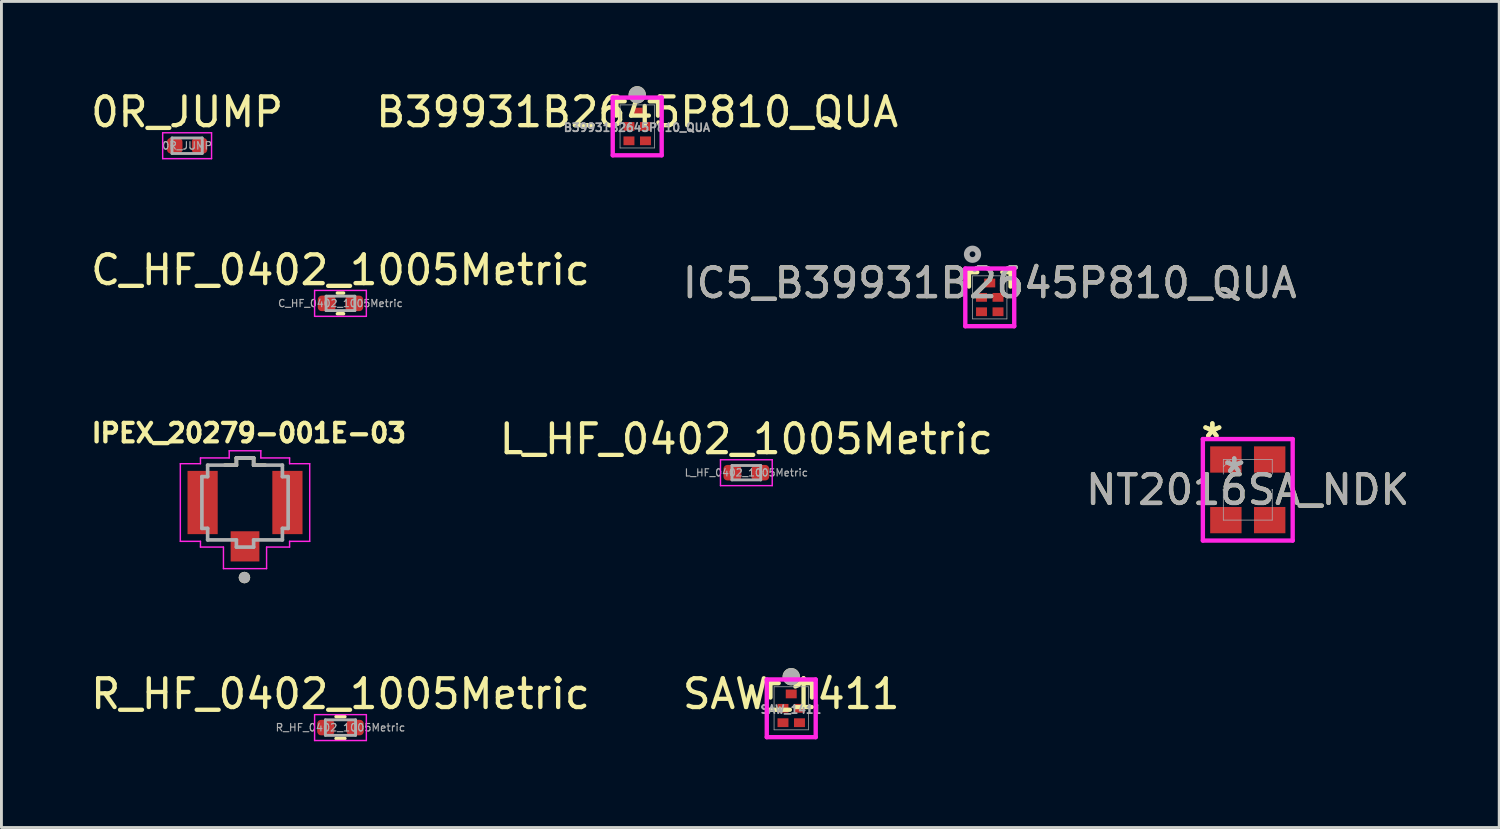
<source format=kicad_pcb>
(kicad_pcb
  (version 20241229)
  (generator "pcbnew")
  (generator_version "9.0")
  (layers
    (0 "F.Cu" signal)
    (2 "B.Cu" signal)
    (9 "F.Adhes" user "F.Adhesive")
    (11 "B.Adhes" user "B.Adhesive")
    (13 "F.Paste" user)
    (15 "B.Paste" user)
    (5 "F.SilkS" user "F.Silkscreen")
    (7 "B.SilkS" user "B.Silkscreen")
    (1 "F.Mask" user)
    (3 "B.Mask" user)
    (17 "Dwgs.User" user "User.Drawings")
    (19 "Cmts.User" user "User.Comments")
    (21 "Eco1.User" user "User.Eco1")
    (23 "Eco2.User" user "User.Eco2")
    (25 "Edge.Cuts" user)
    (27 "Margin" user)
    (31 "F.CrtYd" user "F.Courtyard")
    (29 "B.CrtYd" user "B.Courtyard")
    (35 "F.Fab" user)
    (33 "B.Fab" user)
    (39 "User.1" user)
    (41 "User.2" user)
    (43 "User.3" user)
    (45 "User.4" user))
  (footprint "IPEX_20279-001E-03"
    (layer "F.Cu")
    (at 5.472 14.428)
    (property "Reference" "IPEX_20279-001E-03" (at 0.134 -2.417 0) (layer "F.SilkS") (effects (font (size 0.641 0.641) (thickness 0.15))))
    (attr smd)
    (fp_line (start -0.3 -1.55) (end -0.3 -1.3) (stroke (width 0.127) (type solid)) (layer "F.SilkS"))
    (fp_line (start -0.3 -1.3) (end -0.7 -1.3) (stroke (width 0.127) (type solid)) (layer "F.SilkS"))
    (fp_line (start 0.3 -1.55) (end -0.3 -1.55) (stroke (width 0.127) (type solid)) (layer "F.SilkS"))
    (fp_line (start 0.3 -1.3) (end 0.3 -1.55) (stroke (width 0.127) (type solid)) (layer "F.SilkS"))
    (fp_line (start 0.7 -1.3) (end 0.3 -1.3) (stroke (width 0.127) (type solid)) (layer "F.SilkS"))
    (fp_circle (center -0.02 2.61) (end 0.08 2.61) (stroke (width 0.2) (type solid)) (fill no) (layer "F.SilkS"))
    (fp_line (start -2.25 -1.35) (end -1.55 -1.35) (stroke (width 0.05) (type solid)) (layer "F.CrtYd"))
    (fp_line (start -2.25 1.35) (end -2.25 -1.35) (stroke (width 0.05) (type solid)) (layer "F.CrtYd"))
    (fp_line (start -1.55 -1.55) (end -0.55 -1.55) (stroke (width 0.05) (type solid)) (layer "F.CrtYd"))
    (fp_line (start -1.55 -1.35) (end -1.55 -1.55) (stroke (width 0.05) (type solid)) (layer "F.CrtYd"))
    (fp_line (start -1.55 1.35) (end -2.25 1.35) (stroke (width 0.05) (type solid)) (layer "F.CrtYd"))
    (fp_line (start -1.55 1.35) (end -1.55 1.55) (stroke (width 0.05) (type solid)) (layer "F.CrtYd"))
    (fp_line (start -1.55 1.55) (end -0.75 1.55) (stroke (width 0.05) (type solid)) (layer "F.CrtYd"))
    (fp_line (start -0.75 1.55) (end -0.75 2.3) (stroke (width 0.05) (type solid)) (layer "F.CrtYd"))
    (fp_line (start -0.75 2.3) (end 0.75 2.3) (stroke (width 0.05) (type solid)) (layer "F.CrtYd"))
    (fp_line (start -0.55 -1.8) (end -0.55 -1.55) (stroke (width 0.05) (type solid)) (layer "F.CrtYd"))
    (fp_line (start 0.55 -1.8) (end -0.55 -1.8) (stroke (width 0.05) (type solid)) (layer "F.CrtYd"))
    (fp_line (start 0.55 -1.55) (end 0.55 -1.8) (stroke (width 0.05) (type solid)) (layer "F.CrtYd"))
    (fp_line (start 0.75 2.3) (end 0.75 1.55) (stroke (width 0.05) (type solid)) (layer "F.CrtYd"))
    (fp_line (start 1.55 -1.55) (end 0.55 -1.55) (stroke (width 0.05) (type solid)) (layer "F.CrtYd"))
    (fp_line (start 1.55 -1.35) (end 1.55 -1.55) (stroke (width 0.05) (type solid)) (layer "F.CrtYd"))
    (fp_line (start 1.55 -1.35) (end 2.25 -1.35) (stroke (width 0.05) (type solid)) (layer "F.CrtYd"))
    (fp_line (start 1.55 1.35) (end 1.55 1.55) (stroke (width 0.05) (type solid)) (layer "F.CrtYd"))
    (fp_line (start 1.55 1.55) (end 0.75 1.55) (stroke (width 0.05) (type solid)) (layer "F.CrtYd"))
    (fp_line (start 2.25 1.35) (end 1.55 1.35) (stroke (width 0.05) (type solid)) (layer "F.CrtYd"))
    (fp_line (start 2.25 1.35) (end 2.25 -1.35) (stroke (width 0.05) (type solid)) (layer "F.CrtYd"))
    (fp_line (start -1.5 -0.9) (end -1.5 0.9) (stroke (width 0.127) (type solid)) (layer "F.Fab"))
    (fp_line (start -1.5 0.9) (end -1.3 0.9) (stroke (width 0.127) (type solid)) (layer "F.Fab"))
    (fp_line (start -1.3 -1.3) (end -1.3 -0.9) (stroke (width 0.127) (type solid)) (layer "F.Fab"))
    (fp_line (start -1.3 -0.9) (end -1.5 -0.9) (stroke (width 0.127) (type solid)) (layer "F.Fab"))
    (fp_line (start -1.3 0.9) (end -1.3 1.3) (stroke (width 0.127) (type solid)) (layer "F.Fab"))
    (fp_line (start -1.3 1.3) (end -0.3 1.3) (stroke (width 0.127) (type solid)) (layer "F.Fab"))
    (fp_line (start -0.3 -1.55) (end -0.3 -1.3) (stroke (width 0.127) (type solid)) (layer "F.Fab"))
    (fp_line (start -0.3 -1.3) (end -1.3 -1.3) (stroke (width 0.127) (type solid)) (layer "F.Fab"))
    (fp_line (start -0.3 1.3) (end -0.3 1.55) (stroke (width 0.127) (type solid)) (layer "F.Fab"))
    (fp_line (start -0.3 1.55) (end 0.3 1.55) (stroke (width 0.127) (type solid)) (layer "F.Fab"))
    (fp_line (start 0.3 -1.55) (end -0.3 -1.55) (stroke (width 0.127) (type solid)) (layer "F.Fab"))
    (fp_line (start 0.3 -1.3) (end 0.3 -1.55) (stroke (width 0.127) (type solid)) (layer "F.Fab"))
    (fp_line (start 0.3 1.3) (end 1.3 1.3) (stroke (width 0.127) (type solid)) (layer "F.Fab"))
    (fp_line (start 0.3 1.55) (end 0.3 1.3) (stroke (width 0.127) (type solid)) (layer "F.Fab"))
    (fp_line (start 1.3 -1.3) (end 0.3 -1.3) (stroke (width 0.127) (type solid)) (layer "F.Fab"))
    (fp_line (start 1.3 -0.9) (end 1.3 -1.3) (stroke (width 0.127) (type solid)) (layer "F.Fab"))
    (fp_line (start 1.3 0.9) (end 1.5 0.9) (stroke (width 0.127) (type solid)) (layer "F.Fab"))
    (fp_line (start 1.3 1.3) (end 1.3 0.9) (stroke (width 0.127) (type solid)) (layer "F.Fab"))
    (fp_line (start 1.5 -0.9) (end 1.3 -0.9) (stroke (width 0.127) (type solid)) (layer "F.Fab"))
    (fp_line (start 1.5 0.9) (end 1.5 -0.9) (stroke (width 0.127) (type solid)) (layer "F.Fab"))
    (fp_circle (center -0.02 2.61) (end 0.08 2.61) (stroke (width 0.2) (type solid)) (fill no) (layer "F.Fab"))
    (pad "1" smd rect (at 0 1.525) (size 1 1.05) (layers "F.Cu" "F.Mask" "F.Paste"))
    (pad "2" smd rect (at 1.475 0) (size 1.05 2.2) (layers "F.Cu" "F.Mask" "F.Paste"))
    (pad "3" smd rect (at -1.475 0) (size 1.05 2.2) (layers "F.Cu" "F.Mask" "F.Paste"))
    (zone (net_name "") (layer "F.Cu") (hatch full 0.508) (connect_pads) (min_thickness 0.01) (filled_areas_thickness no) (keepout (tracks not_allowed) (vias not_allowed) (pads not_allowed) (copperpour not_allowed) (footprints allowed)) (placement (enabled no)) (fill) (polygon (pts (xy 6.422 13.328) (xy 6.422 15.428) (xy 4.522 15.428) (xy 4.522 13.328))))
    (zone (net_name "") (layers "F.Cu" "B.Cu") (hatch full 0.508) (connect_pads) (min_thickness 0.01) (filled_areas_thickness no) (keepout (tracks allowed) (vias not_allowed) (pads allowed) (copperpour allowed) (footprints allowed)) (placement (enabled no)) (fill) (polygon (pts (xy 6.422 13.328) (xy 6.422 15.428) (xy 4.522 15.428) (xy 4.522 13.328)))))
  (footprint "0R_JUMP"
    (layer "F.Cu")
    (at 3.458 2.018)
    (property "Reference" "0R_JUMP" (at 0 -1.17 0) (layer "F.SilkS") (effects (font (size 1 1) (thickness 0.15))))
    (attr smd)
    (fp_line (start -0.85 -0.45) (end 0.85 -0.45) (stroke (width 0.05) (type solid)) (layer "F.CrtYd"))
    (fp_line (start -0.85 0.45) (end -0.85 -0.45) (stroke (width 0.05) (type solid)) (layer "F.CrtYd"))
    (fp_line (start 0.85 -0.45) (end 0.85 0.45) (stroke (width 0.05) (type solid)) (layer "F.CrtYd"))
    (fp_line (start 0.85 0.45) (end -0.85 0.45) (stroke (width 0.05) (type solid)) (layer "F.CrtYd"))
    (fp_line (start -0.525 -0.27) (end 0.525 -0.27) (stroke (width 0.1) (type solid)) (layer "F.Fab"))
    (fp_line (start -0.525 0.27) (end -0.525 -0.27) (stroke (width 0.1) (type solid)) (layer "F.Fab"))
    (fp_line (start 0.525 -0.27) (end 0.525 0.27) (stroke (width 0.1) (type solid)) (layer "F.Fab"))
    (fp_line (start 0.525 0.27) (end -0.525 0.27) (stroke (width 0.1) (type solid)) (layer "F.Fab"))
    (fp_text user "${REFERENCE}" (at 0 0 0) (layer "F.Fab") (effects (font (size 0.26 0.26) (thickness 0.04))))
    (pad "1" smd roundrect (at -0.432 0) (size 0.54 0.54) (layers "F.Cu" "F.Mask" "F.Paste") (roundrect_rratio 0.25))
    (pad "2" smd roundrect (at 0.432 0) (size 0.54 0.54) (layers "F.Cu" "F.Mask" "F.Paste") (roundrect_rratio 0.25)))
  (footprint "NT2016SA_NDK"
    (layer "F.Cu")
    (at 40.349 13.986)
    (property "Reference" "NT2016SA_NDK" (at 0 0 0) (unlocked yes) (layer "F.SilkS") (effects (font (size 1 1) (thickness 0.15))))
    (attr smd)
    (fp_line (start -1.562 -1.765) (end 1.562 -1.765) (stroke (width 0.152) (type solid)) (layer "F.CrtYd"))
    (fp_line (start -1.562 1.765) (end -1.562 -1.765) (stroke (width 0.152) (type solid)) (layer "F.CrtYd"))
    (fp_line (start 1.562 -1.765) (end 1.562 1.765) (stroke (width 0.152) (type solid)) (layer "F.CrtYd"))
    (fp_line (start 1.562 1.765) (end -1.562 1.765) (stroke (width 0.152) (type solid)) (layer "F.CrtYd"))
    (fp_line (start -0.851 -1.054) (end 0.851 -1.054) (stroke (width 0.025) (type solid)) (layer "F.Fab"))
    (fp_line (start -0.851 -0.546) (end -0.851 -1.054) (stroke (width 0.025) (type solid)) (layer "F.Fab"))
    (fp_line (start -0.851 0) (end -0.851 0.546) (stroke (width 0.025) (type solid)) (layer "F.Fab"))
    (fp_line (start -0.851 0.546) (end -0.851 1.054) (stroke (width 0.025) (type solid)) (layer "F.Fab"))
    (fp_line (start -0.851 1.054) (end 0.851 1.054) (stroke (width 0.025) (type solid)) (layer "F.Fab"))
    (fp_line (start -0.597 -1.054) (end -0.851 -0.8) (stroke (width 0.025) (type solid)) (layer "F.Fab"))
    (fp_line (start 0.851 -0.546) (end 0.851 -1.054) (stroke (width 0.025) (type solid)) (layer "F.Fab"))
    (fp_line (start 0.851 0) (end 0.851 0.546) (stroke (width 0.025) (type solid)) (layer "F.Fab"))
    (fp_line (start 0.851 0.546) (end 0.851 1.054) (stroke (width 0.025) (type solid)) (layer "F.Fab"))
    (fp_arc (start -0.8509 0) (mid -0.8509 0) (end -0.8509 0) (stroke (width 0.0254) (type solid)) (layer "F.Fab"))
    (fp_arc (start 0.8509 0) (mid 0.8509 0) (end 0.8509 0) (stroke (width 0.0254) (type solid)) (layer "F.Fab"))
    (fp_text user "*" (at -1.232 -1.765 0) (unlocked yes) (layer "F.SilkS") (effects (font (size 1 1) (thickness 0.15))))
    (fp_text user "*" (at -1.232 -1.765 0) (layer "F.SilkS") (effects (font (size 1 1) (thickness 0.15))))
    (fp_text user "${REFERENCE}" (at 0 0 0) (unlocked yes) (layer "F.Fab") (effects (font (size 1 1) (thickness 0.15))))
    (fp_text user "*" (at -0.47 -0.546 0) (layer "F.Fab") (effects (font (size 1 1) (thickness 0.15))))
    (fp_text user "*" (at -0.47 -0.546 0) (unlocked yes) (layer "F.Fab") (effects (font (size 1 1) (thickness 0.15))))
    (pad "1" smd rect (at -0.762 -1.054) (size 1.092 0.914) (layers "F.Cu" "F.Mask" "F.Paste"))
    (pad "2" smd rect (at -0.762 1.054) (size 1.092 0.914) (layers "F.Cu" "F.Mask" "F.Paste"))
    (pad "3" smd rect (at 0.762 1.054) (size 1.092 0.914) (layers "F.Cu" "F.Mask" "F.Paste"))
    (pad "4" smd rect (at 0.762 -1.054) (size 1.092 0.914) (layers "F.Cu" "F.Mask" "F.Paste")))
  (footprint "L_HF_0402_1005Metric"
    (layer "F.Cu")
    (at 22.909 13.391)
    (property "Reference" "L_HF_0402_1005Metric" (at 0 -1.17 0) (layer "F.SilkS") (effects (font (size 1 1) (thickness 0.15))))
    (attr smd)
    (fp_line (start -0.9 -0.45) (end 0.9 -0.45) (stroke (width 0.05) (type solid)) (layer "F.CrtYd"))
    (fp_line (start -0.9 0.45) (end -0.9 -0.45) (stroke (width 0.05) (type solid)) (layer "F.CrtYd"))
    (fp_line (start 0.9 -0.45) (end 0.9 0.45) (stroke (width 0.05) (type solid)) (layer "F.CrtYd"))
    (fp_line (start 0.9 0.45) (end -0.9 0.45) (stroke (width 0.05) (type solid)) (layer "F.CrtYd"))
    (fp_line (start -0.5 -0.25) (end 0.5 -0.25) (stroke (width 0.1) (type solid)) (layer "F.Fab"))
    (fp_line (start -0.5 0.25) (end -0.5 -0.25) (stroke (width 0.1) (type solid)) (layer "F.Fab"))
    (fp_line (start 0.5 -0.25) (end 0.5 0.25) (stroke (width 0.1) (type solid)) (layer "F.Fab"))
    (fp_line (start 0.5 0.25) (end -0.5 0.25) (stroke (width 0.1) (type solid)) (layer "F.Fab"))
    (fp_text user "${REFERENCE}" (at 0 0 0) (layer "F.Fab") (effects (font (size 0.25 0.25) (thickness 0.04))))
    (pad "1" smd roundrect (at -0.485 0) (size 0.62 0.54) (layers "F.Cu" "F.Mask" "F.Paste") (roundrect_rratio 0.25))
    (pad "2" smd roundrect (at 0.485 0) (size 0.62 0.54) (layers "F.Cu" "F.Mask" "F.Paste") (roundrect_rratio 0.25)))
  (footprint "IC5_B39931B2645P810_QUA"
    (layer "F.Cu")
    (at 31.375 7.293)
    (property "Reference" "IC5_B39931B2645P810_QUA" (at 0 -0.5 0) (unlocked yes) (layer "F.SilkS") (effects (font (size 1 1) (thickness 0.15))))
    (attr smd)
    (fp_line (start -0.724 -0.876) (end -0.724 -0.377) (stroke (width 0.152) (type solid)) (layer "F.SilkS"))
    (fp_line (start -0.437 -0.876) (end -0.724 -0.876) (stroke (width 0.152) (type solid)) (layer "F.SilkS"))
    (fp_line (start 0.724 -0.876) (end 0.437 -0.876) (stroke (width 0.152) (type solid)) (layer "F.SilkS"))
    (fp_line (start 0.724 -0.377) (end 0.724 -0.876) (stroke (width 0.152) (type solid)) (layer "F.SilkS"))
    (fp_line (start -0.851 -1.003) (end -0.851 1.003) (stroke (width 0.152) (type solid)) (layer "F.CrtYd"))
    (fp_line (start -0.851 1.003) (end 0.851 1.003) (stroke (width 0.152) (type solid)) (layer "F.CrtYd"))
    (fp_line (start 0.851 -1.003) (end -0.851 -1.003) (stroke (width 0.152) (type solid)) (layer "F.CrtYd"))
    (fp_line (start 0.851 1.003) (end 0.851 -1.003) (stroke (width 0.152) (type solid)) (layer "F.CrtYd"))
    (fp_line (start -0.597 -0.749) (end -0.597 0.749) (stroke (width 0.025) (type solid)) (layer "F.Fab"))
    (fp_line (start -0.597 0.749) (end 0.597 0.749) (stroke (width 0.025) (type solid)) (layer "F.Fab"))
    (fp_line (start 0.597 -0.749) (end -0.597 -0.749) (stroke (width 0.025) (type solid)) (layer "F.Fab"))
    (fp_line (start 0.597 0.749) (end 0.597 -0.749) (stroke (width 0.025) (type solid)) (layer "F.Fab"))
    (fp_circle (center -0.6 -1.5) (end -0.4 -1.5) (stroke (width 0.2) (type solid)) (fill no) (layer "F.Fab"))
    (fp_text user "${REFERENCE}" (at 0 -0.5 0) (unlocked yes) (layer "F.Fab") (effects (font (size 1 1) (thickness 0.15))))
    (pad "1" smd rect (at 0 -0.5) (size 0.381 0.305) (layers "F.Cu" "F.Mask" "F.Paste"))
    (pad "2" smd rect (at -0.287 0) (size 0.381 0.305) (layers "F.Cu" "F.Mask" "F.Paste"))
    (pad "3" smd rect (at -0.287 0.5) (size 0.381 0.305) (layers "F.Cu" "F.Mask" "F.Paste"))
    (pad "4" smd rect (at 0.287 0.5) (size 0.381 0.305) (layers "F.Cu" "F.Mask" "F.Paste"))
    (pad "5" smd rect (at 0.287 0) (size 0.381 0.305) (layers "F.Cu" "F.Mask" "F.Paste")))
  (footprint "C_HF_0402_1005Metric"
    (layer "F.Cu")
    (at 8.792 7.502)
    (property "Reference" "C_HF_0402_1005Metric" (at 0 -1.16 0) (layer "F.SilkS") (effects (font (size 1 1) (thickness 0.15))))
    (attr smd)
    (fp_line (start -0.108 -0.36) (end 0.108 -0.36) (stroke (width 0.12) (type solid)) (layer "F.SilkS"))
    (fp_line (start -0.108 0.36) (end 0.108 0.36) (stroke (width 0.12) (type solid)) (layer "F.SilkS"))
    (fp_line (start -0.9 -0.45) (end 0.9 -0.45) (stroke (width 0.05) (type solid)) (layer "F.CrtYd"))
    (fp_line (start -0.9 0.45) (end -0.9 -0.45) (stroke (width 0.05) (type solid)) (layer "F.CrtYd"))
    (fp_line (start 0.9 -0.45) (end 0.9 0.45) (stroke (width 0.05) (type solid)) (layer "F.CrtYd"))
    (fp_line (start 0.9 0.45) (end -0.9 0.45) (stroke (width 0.05) (type solid)) (layer "F.CrtYd"))
    (fp_line (start -0.5 -0.25) (end 0.5 -0.25) (stroke (width 0.1) (type solid)) (layer "F.Fab"))
    (fp_line (start -0.5 0.25) (end -0.5 -0.25) (stroke (width 0.1) (type solid)) (layer "F.Fab"))
    (fp_line (start 0.5 -0.25) (end 0.5 0.25) (stroke (width 0.1) (type solid)) (layer "F.Fab"))
    (fp_line (start 0.5 0.25) (end -0.5 0.25) (stroke (width 0.1) (type solid)) (layer "F.Fab"))
    (fp_text user "${REFERENCE}" (at 0 0 0) (layer "F.Fab") (effects (font (size 0.25 0.25) (thickness 0.04))))
    (pad "1" smd roundrect (at -0.48 0) (size 0.62 0.54) (layers "F.Cu" "F.Mask" "F.Paste") (roundrect_rratio 0.25))
    (pad "2" smd roundrect (at 0.48 0) (size 0.62 0.54) (layers "F.Cu" "F.Mask" "F.Paste") (roundrect_rratio 0.25)))
  (footprint "R_HF_0402_1005Metric"
    (layer "F.Cu")
    (at 8.792 22.256)
    (property "Reference" "R_HF_0402_1005Metric" (at 0 -1.17 0) (layer "F.SilkS") (effects (font (size 1 1) (thickness 0.15))))
    (attr smd)
    (fp_line (start -0.154 -0.38) (end 0.154 -0.38) (stroke (width 0.12) (type solid)) (layer "F.SilkS"))
    (fp_line (start -0.154 0.38) (end 0.154 0.38) (stroke (width 0.12) (type solid)) (layer "F.SilkS"))
    (fp_line (start -0.9 -0.45) (end 0.9 -0.45) (stroke (width 0.05) (type solid)) (layer "F.CrtYd"))
    (fp_line (start -0.9 0.45) (end -0.9 -0.45) (stroke (width 0.05) (type solid)) (layer "F.CrtYd"))
    (fp_line (start 0.9 -0.45) (end 0.9 0.45) (stroke (width 0.05) (type solid)) (layer "F.CrtYd"))
    (fp_line (start 0.9 0.45) (end -0.9 0.45) (stroke (width 0.05) (type solid)) (layer "F.CrtYd"))
    (fp_line (start -0.525 -0.27) (end 0.525 -0.27) (stroke (width 0.1) (type solid)) (layer "F.Fab"))
    (fp_line (start -0.525 0.27) (end -0.525 -0.27) (stroke (width 0.1) (type solid)) (layer "F.Fab"))
    (fp_line (start 0.525 -0.27) (end 0.525 0.27) (stroke (width 0.1) (type solid)) (layer "F.Fab"))
    (fp_line (start 0.525 0.27) (end -0.525 0.27) (stroke (width 0.1) (type solid)) (layer "F.Fab"))
    (fp_text user "${REFERENCE}" (at 0 0 0) (layer "F.Fab") (effects (font (size 0.26 0.26) (thickness 0.04))))
    (pad "1" smd roundrect (at -0.51 0) (size 0.6 0.54) (layers "F.Cu" "F.Mask" "F.Paste") (roundrect_rratio 0.25))
    (pad "2" smd roundrect (at 0.51 0) (size 0.6 0.54) (layers "F.Cu" "F.Mask" "F.Paste") (roundrect_rratio 0.25)))
  (footprint "B39931B2645P810_QUA"
    (layer "F.Cu")
    (at 19.113 1.348)
    (property "Reference" "B39931B2645P810_QUA" (at 0 -0.5 0) (unlocked yes) (layer "F.SilkS") (effects (font (size 1 1) (thickness 0.15))))
    (attr smd)
    (fp_line (start -0.724 -0.876) (end -0.724 -0.377) (stroke (width 0.152) (type solid)) (layer "F.SilkS"))
    (fp_line (start -0.437 -0.876) (end -0.724 -0.876) (stroke (width 0.152) (type solid)) (layer "F.SilkS"))
    (fp_line (start 0.724 -0.876) (end 0.437 -0.876) (stroke (width 0.152) (type solid)) (layer "F.SilkS"))
    (fp_line (start 0.724 -0.377) (end 0.724 -0.876) (stroke (width 0.152) (type solid)) (layer "F.SilkS"))
    (fp_circle (center 0 -1.1) (end 0.00001 -1.1) (stroke (width 0.3) (type solid)) (fill no) (layer "F.SilkS"))
    (fp_line (start -0.851 -1.003) (end -0.851 1.003) (stroke (width 0.152) (type solid)) (layer "F.CrtYd"))
    (fp_line (start -0.851 1.003) (end 0.851 1.003) (stroke (width 0.152) (type solid)) (layer "F.CrtYd"))
    (fp_line (start 0.851 -1.003) (end -0.851 -1.003) (stroke (width 0.152) (type solid)) (layer "F.CrtYd"))
    (fp_line (start 0.851 1.003) (end 0.851 -1.003) (stroke (width 0.152) (type solid)) (layer "F.CrtYd"))
    (fp_line (start -0.597 -0.749) (end -0.597 0.749) (stroke (width 0.025) (type solid)) (layer "F.Fab"))
    (fp_line (start -0.597 0.749) (end 0.597 0.749) (stroke (width 0.025) (type solid)) (layer "F.Fab"))
    (fp_line (start 0.597 -0.749) (end -0.597 -0.749) (stroke (width 0.025) (type solid)) (layer "F.Fab"))
    (fp_line (start 0.597 0.749) (end 0.597 -0.749) (stroke (width 0.025) (type solid)) (layer "F.Fab"))
    (fp_circle (center 0 -1.1) (end 0.00001 -1.1) (stroke (width 0.3) (type solid)) (fill no) (layer "F.Fab"))
    (fp_text user "${REFERENCE}" (at -0.01 0.04 0) (unlocked yes) (layer "F.Fab") (effects (font (size 0.28 0.28) (thickness 0.062))))
    (pad "1" smd rect (at 0 -0.5) (size 0.381 0.305) (layers "F.Cu" "F.Mask" "F.Paste"))
    (pad "2" smd rect (at -0.287 0) (size 0.381 0.305) (layers "F.Cu" "F.Mask" "F.Paste"))
    (pad "3" smd rect (at -0.287 0.5) (size 0.381 0.305) (layers "F.Cu" "F.Mask" "F.Paste"))
    (pad "4" smd rect (at 0.287 0.5) (size 0.381 0.305) (layers "F.Cu" "F.Mask" "F.Paste"))
    (pad "5" smd rect (at 0.287 0) (size 0.381 0.305) (layers "F.Cu" "F.Mask" "F.Paste")))
  (footprint "SAW_1411"
    (layer "F.Cu")
    (at 24.47 21.586)
    (property "Reference" "SAW_1411" (at 0 -0.5 0) (unlocked yes) (layer "F.SilkS") (effects (font (size 1 1) (thickness 0.15))))
    (attr smd)
    (fp_line (start -0.724 -0.876) (end -0.724 -0.377) (stroke (width 0.152) (type solid)) (layer "F.SilkS"))
    (fp_line (start -0.437 -0.876) (end -0.724 -0.876) (stroke (width 0.152) (type solid)) (layer "F.SilkS"))
    (fp_line (start 0.724 -0.876) (end 0.437 -0.876) (stroke (width 0.152) (type solid)) (layer "F.SilkS"))
    (fp_line (start 0.724 -0.377) (end 0.724 -0.876) (stroke (width 0.152) (type solid)) (layer "F.SilkS"))
    (fp_circle (center 0 -1.1) (end 0.00001 -1.1) (stroke (width 0.3) (type solid)) (fill no) (layer "F.SilkS"))
    (fp_line (start -0.851 -1.003) (end -0.851 1.003) (stroke (width 0.152) (type solid)) (layer "F.CrtYd"))
    (fp_line (start -0.851 1.003) (end 0.851 1.003) (stroke (width 0.152) (type solid)) (layer "F.CrtYd"))
    (fp_line (start 0.851 -1.003) (end -0.851 -1.003) (stroke (width 0.152) (type solid)) (layer "F.CrtYd"))
    (fp_line (start 0.851 1.003) (end 0.851 -1.003) (stroke (width 0.152) (type solid)) (layer "F.CrtYd"))
    (fp_line (start -0.597 -0.749) (end -0.597 0.749) (stroke (width 0.025) (type solid)) (layer "F.Fab"))
    (fp_line (start -0.597 0.749) (end 0.597 0.749) (stroke (width 0.025) (type solid)) (layer "F.Fab"))
    (fp_line (start 0.597 -0.749) (end -0.597 -0.749) (stroke (width 0.025) (type solid)) (layer "F.Fab"))
    (fp_line (start 0.597 0.749) (end 0.597 -0.749) (stroke (width 0.025) (type solid)) (layer "F.Fab"))
    (fp_circle (center 0 -1.1) (end 0.00001 -1.1) (stroke (width 0.3) (type solid)) (fill no) (layer "F.Fab"))
    (fp_text user "${REFERENCE}" (at -0.01 0.04 0) (unlocked yes) (layer "F.Fab") (effects (font (size 0.28 0.28) (thickness 0.062))))
    (pad "1" smd rect (at 0 -0.5) (size 0.381 0.305) (layers "F.Cu" "F.Mask" "F.Paste"))
    (pad "2" smd rect (at -0.287 0) (size 0.381 0.305) (layers "F.Cu" "F.Mask" "F.Paste"))
    (pad "3" smd rect (at -0.287 0.5) (size 0.381 0.305) (layers "F.Cu" "F.Mask" "F.Paste"))
    (pad "4" smd rect (at 0.287 0.5) (size 0.381 0.305) (layers "F.Cu" "F.Mask" "F.Paste"))
    (pad "5" smd rect (at 0.287 0) (size 0.381 0.305) (layers "F.Cu" "F.Mask" "F.Paste")))
  (gr_rect
    (start -3 -3)
    (end 49.094 25.731)
    (stroke (width 0.1) (type default))
    (fill no)
    (layer "Edge.Cuts")))
</source>
